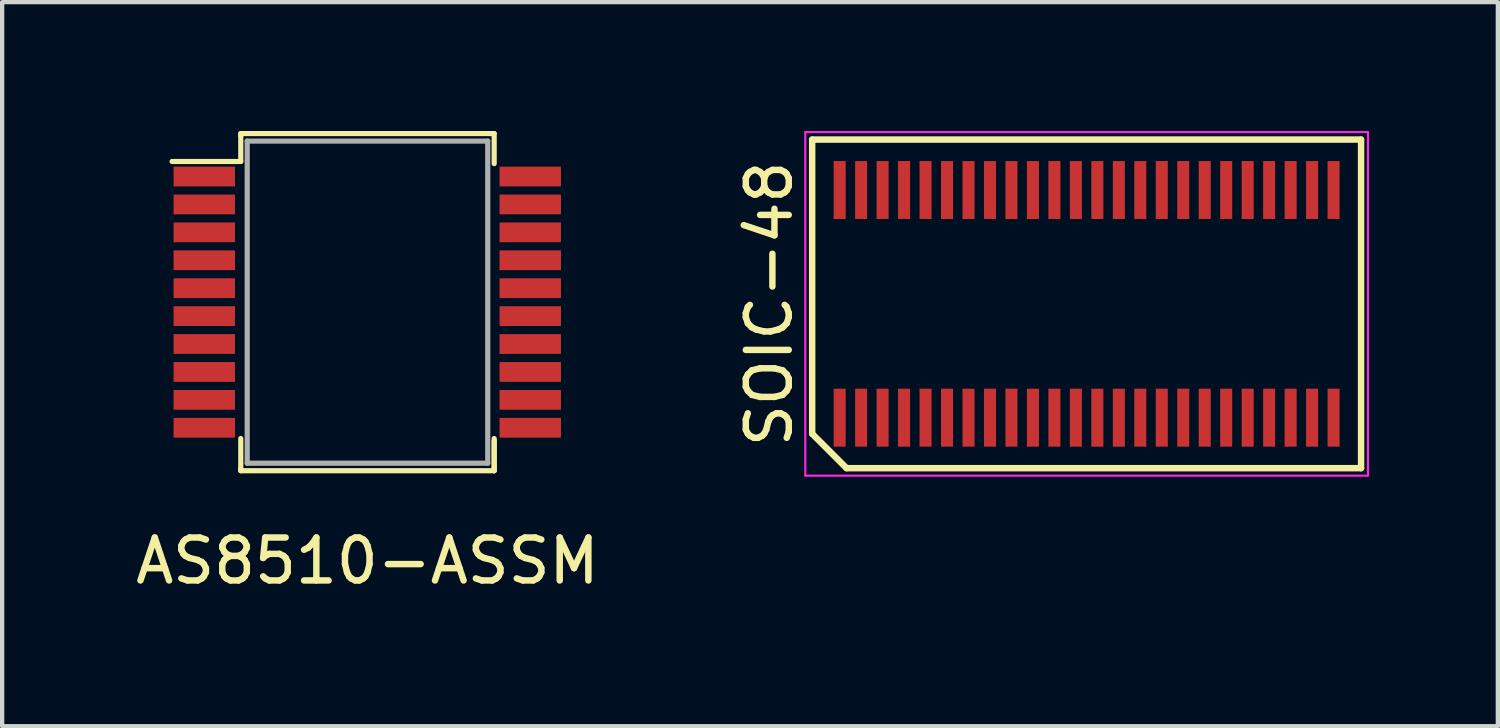
<source format=kicad_pcb>
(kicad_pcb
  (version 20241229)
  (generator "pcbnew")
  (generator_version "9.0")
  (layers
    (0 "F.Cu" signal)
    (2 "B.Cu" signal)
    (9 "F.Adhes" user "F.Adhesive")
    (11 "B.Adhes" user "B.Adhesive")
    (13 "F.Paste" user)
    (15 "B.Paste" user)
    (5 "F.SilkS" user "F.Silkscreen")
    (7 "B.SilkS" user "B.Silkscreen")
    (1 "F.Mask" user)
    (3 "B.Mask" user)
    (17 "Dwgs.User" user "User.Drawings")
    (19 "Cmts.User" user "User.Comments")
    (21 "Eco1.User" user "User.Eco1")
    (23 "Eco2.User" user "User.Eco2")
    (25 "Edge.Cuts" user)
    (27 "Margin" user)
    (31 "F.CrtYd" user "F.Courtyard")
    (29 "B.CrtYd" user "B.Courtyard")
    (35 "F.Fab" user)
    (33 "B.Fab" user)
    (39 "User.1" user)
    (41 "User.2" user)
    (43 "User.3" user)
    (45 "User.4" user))
  (footprint "SOIC-48"
    (layer "F.Cu")
    (at 22.25 4.025)
    (property "Reference" "SOIC-48" (at -7.39 0 90) (layer "F.SilkS") (effects (font (size 1 1) (thickness 0.15))))
    (attr smd)
    (fp_line (start -6.39 -3.825) (end 6.39 -3.825) (stroke (width 0.15) (type solid)) (layer "F.SilkS"))
    (fp_line (start -6.39 3.025) (end -6.39 -3.825) (stroke (width 0.15) (type solid)) (layer "F.SilkS"))
    (fp_line (start -5.59 3.825) (end -6.39 3.025) (stroke (width 0.15) (type solid)) (layer "F.SilkS"))
    (fp_line (start 6.39 -3.825) (end 6.39 3.825) (stroke (width 0.15) (type solid)) (layer "F.SilkS"))
    (fp_line (start 6.39 3.825) (end -5.59 3.825) (stroke (width 0.15) (type solid)) (layer "F.SilkS"))
    (fp_line (start -6.55 -4) (end 6.55 -4) (stroke (width 0.05) (type solid)) (layer "F.CrtYd"))
    (fp_line (start -6.55 4) (end -6.55 -4) (stroke (width 0.05) (type solid)) (layer "F.CrtYd"))
    (fp_line (start 6.55 -4) (end 6.55 4) (stroke (width 0.05) (type solid)) (layer "F.CrtYd"))
    (fp_line (start 6.55 4) (end -6.55 4) (stroke (width 0.05) (type solid)) (layer "F.CrtYd"))
    (pad "1" smd rect (at -5.75 2.65) (size 0.28 1.35) (layers "F.Cu" "F.Mask" "F.Paste"))
    (pad "2" smd rect (at -5.25 2.65) (size 0.28 1.35) (layers "F.Cu" "F.Mask" "F.Paste"))
    (pad "3" smd rect (at -4.75 2.65) (size 0.28 1.35) (layers "F.Cu" "F.Mask" "F.Paste"))
    (pad "4" smd rect (at -4.25 2.65) (size 0.28 1.35) (layers "F.Cu" "F.Mask" "F.Paste"))
    (pad "5" smd rect (at -3.75 2.65) (size 0.28 1.35) (layers "F.Cu" "F.Mask" "F.Paste"))
    (pad "6" smd rect (at -3.25 2.65) (size 0.28 1.35) (layers "F.Cu" "F.Mask" "F.Paste"))
    (pad "7" smd rect (at -2.75 2.65) (size 0.28 1.35) (layers "F.Cu" "F.Mask" "F.Paste"))
    (pad "8" smd rect (at -2.25 2.65) (size 0.28 1.35) (layers "F.Cu" "F.Mask" "F.Paste"))
    (pad "9" smd rect (at -1.75 2.65) (size 0.28 1.35) (layers "F.Cu" "F.Mask" "F.Paste"))
    (pad "10" smd rect (at -1.25 2.65) (size 0.28 1.35) (layers "F.Cu" "F.Mask" "F.Paste"))
    (pad "11" smd rect (at -0.75 2.65) (size 0.28 1.35) (layers "F.Cu" "F.Mask" "F.Paste"))
    (pad "12" smd rect (at -0.25 2.65) (size 0.28 1.35) (layers "F.Cu" "F.Mask" "F.Paste"))
    (pad "13" smd rect (at 0.25 2.65) (size 0.28 1.35) (layers "F.Cu" "F.Mask" "F.Paste"))
    (pad "14" smd rect (at 0.75 2.65) (size 0.28 1.35) (layers "F.Cu" "F.Mask" "F.Paste"))
    (pad "15" smd rect (at 1.25 2.65) (size 0.28 1.35) (layers "F.Cu" "F.Mask" "F.Paste"))
    (pad "16" smd rect (at 1.75 2.65) (size 0.28 1.35) (layers "F.Cu" "F.Mask" "F.Paste"))
    (pad "17" smd rect (at 2.25 2.65) (size 0.28 1.35) (layers "F.Cu" "F.Mask" "F.Paste"))
    (pad "18" smd rect (at 2.75 2.65) (size 0.28 1.35) (layers "F.Cu" "F.Mask" "F.Paste"))
    (pad "19" smd rect (at 3.25 2.65) (size 0.28 1.35) (layers "F.Cu" "F.Mask" "F.Paste"))
    (pad "20" smd rect (at 3.75 2.65) (size 0.28 1.35) (layers "F.Cu" "F.Mask" "F.Paste"))
    (pad "21" smd rect (at 4.25 2.65) (size 0.28 1.35) (layers "F.Cu" "F.Mask" "F.Paste"))
    (pad "22" smd rect (at 4.75 2.65) (size 0.28 1.35) (layers "F.Cu" "F.Mask" "F.Paste"))
    (pad "23" smd rect (at 5.25 2.65) (size 0.28 1.35) (layers "F.Cu" "F.Mask" "F.Paste"))
    (pad "24" smd rect (at 5.75 2.65) (size 0.28 1.35) (layers "F.Cu" "F.Mask" "F.Paste"))
    (pad "25" smd rect (at 5.75 -2.65) (size 0.28 1.35) (layers "F.Cu" "F.Mask" "F.Paste"))
    (pad "26" smd rect (at 5.25 -2.65) (size 0.28 1.35) (layers "F.Cu" "F.Mask" "F.Paste"))
    (pad "27" smd rect (at 4.75 -2.65) (size 0.28 1.35) (layers "F.Cu" "F.Mask" "F.Paste"))
    (pad "28" smd rect (at 4.25 -2.65) (size 0.28 1.35) (layers "F.Cu" "F.Mask" "F.Paste"))
    (pad "29" smd rect (at 3.75 -2.65) (size 0.28 1.35) (layers "F.Cu" "F.Mask" "F.Paste"))
    (pad "30" smd rect (at 3.25 -2.65) (size 0.28 1.35) (layers "F.Cu" "F.Mask" "F.Paste"))
    (pad "31" smd rect (at 2.75 -2.65) (size 0.28 1.35) (layers "F.Cu" "F.Mask" "F.Paste"))
    (pad "32" smd rect (at 2.25 -2.65) (size 0.28 1.35) (layers "F.Cu" "F.Mask" "F.Paste"))
    (pad "33" smd rect (at 1.75 -2.65) (size 0.28 1.35) (layers "F.Cu" "F.Mask" "F.Paste"))
    (pad "34" smd rect (at 1.25 -2.65) (size 0.28 1.35) (layers "F.Cu" "F.Mask" "F.Paste"))
    (pad "35" smd rect (at 0.75 -2.65) (size 0.28 1.35) (layers "F.Cu" "F.Mask" "F.Paste"))
    (pad "36" smd rect (at 0.25 -2.65) (size 0.28 1.35) (layers "F.Cu" "F.Mask" "F.Paste"))
    (pad "37" smd rect (at -0.25 -2.65) (size 0.28 1.35) (layers "F.Cu" "F.Mask" "F.Paste"))
    (pad "38" smd rect (at -0.75 -2.65) (size 0.28 1.35) (layers "F.Cu" "F.Mask" "F.Paste"))
    (pad "39" smd rect (at -1.25 -2.65) (size 0.28 1.35) (layers "F.Cu" "F.Mask" "F.Paste"))
    (pad "40" smd rect (at -1.75 -2.65) (size 0.28 1.35) (layers "F.Cu" "F.Mask" "F.Paste"))
    (pad "41" smd rect (at -2.25 -2.65) (size 0.28 1.35) (layers "F.Cu" "F.Mask" "F.Paste"))
    (pad "42" smd rect (at -2.75 -2.65) (size 0.28 1.35) (layers "F.Cu" "F.Mask" "F.Paste"))
    (pad "43" smd rect (at -3.25 -2.65) (size 0.28 1.35) (layers "F.Cu" "F.Mask" "F.Paste"))
    (pad "44" smd rect (at -3.75 -2.65) (size 0.28 1.35) (layers "F.Cu" "F.Mask" "F.Paste"))
    (pad "45" smd rect (at -4.25 -2.65) (size 0.28 1.35) (layers "F.Cu" "F.Mask" "F.Paste"))
    (pad "46" smd rect (at -4.75 -2.65) (size 0.28 1.35) (layers "F.Cu" "F.Mask" "F.Paste"))
    (pad "47" smd rect (at -5.25 -2.65) (size 0.28 1.35) (layers "F.Cu" "F.Mask" "F.Paste"))
    (pad "48" smd rect (at -5.75 -2.65) (size 0.28 1.35) (layers "F.Cu" "F.Mask" "F.Paste")))
  (footprint "AS8510-ASSM"
    (layer "F.Cu")
    (at 5.506 9.51)
    (property "Reference" "AS8510-ASSM" (at 0 0.5 0) (layer "F.SilkS") (effects (font (size 1 1) (thickness 0.15))))
    (attr through_hole)
    (fp_line (start -2.95 -9.45) (end 2.95 -9.45) (stroke (width 0.12) (type solid)) (layer "F.SilkS"))
    (fp_line (start -2.95 -9.4) (end -2.95 -9.45) (stroke (width 0.12) (type solid)) (layer "F.SilkS"))
    (fp_line (start -2.95 -9.4) (end -2.95 -8.8) (stroke (width 0.12) (type solid)) (layer "F.SilkS"))
    (fp_line (start -2.95 -8.8) (end -4.55 -8.8) (stroke (width 0.12) (type solid)) (layer "F.SilkS"))
    (fp_line (start -2.95 -2.35) (end -2.95 -1.65) (stroke (width 0.12) (type solid)) (layer "F.SilkS"))
    (fp_line (start -2.95 -1.65) (end -2.95 -1.6) (stroke (width 0.12) (type solid)) (layer "F.SilkS"))
    (fp_line (start -2.95 -1.6) (end 2.95 -1.6) (stroke (width 0.12) (type solid)) (layer "F.SilkS"))
    (fp_line (start 2.95 -9.45) (end 2.95 -8.75) (stroke (width 0.12) (type solid)) (layer "F.SilkS"))
    (fp_line (start 2.95 -1.6) (end 2.95 -2.35) (stroke (width 0.12) (type solid)) (layer "F.SilkS"))
    (fp_line (start 2.95 -1.6) (end 2.95 -2.3) (stroke (width 0.12) (type solid)) (layer "F.SilkS"))
    (fp_line (start -2.8 -9.275) (end -2.8 -1.775) (stroke (width 0.12) (type solid)) (layer "F.Fab"))
    (fp_line (start -2.8 -9.275) (end 2.8 -9.275) (stroke (width 0.12) (type solid)) (layer "F.Fab"))
    (fp_line (start -2.8 -1.775) (end 2.8 -1.775) (stroke (width 0.12) (type solid)) (layer "F.Fab"))
    (fp_line (start 2.8 -1.775) (end 2.8 -9.275) (stroke (width 0.12) (type solid)) (layer "F.Fab"))
    (pad "1" smd rect (at -3.8 -8.45) (size 1.43 0.46) (layers "F.Cu" "F.Mask" "F.Paste"))
    (pad "2" smd rect (at -3.8 -7.8) (size 1.43 0.46) (layers "F.Cu" "F.Mask" "F.Paste"))
    (pad "3" smd rect (at -3.8 -7.15) (size 1.43 0.46) (layers "F.Cu" "F.Mask" "F.Paste"))
    (pad "4" smd rect (at -3.8 -6.5) (size 1.43 0.46) (layers "F.Cu" "F.Mask" "F.Paste"))
    (pad "5" smd rect (at -3.8 -5.85) (size 1.43 0.46) (layers "F.Cu" "F.Mask" "F.Paste"))
    (pad "6" smd rect (at -3.8 -5.2) (size 1.43 0.46) (layers "F.Cu" "F.Mask" "F.Paste"))
    (pad "7" smd rect (at -3.8 -4.55) (size 1.43 0.46) (layers "F.Cu" "F.Mask" "F.Paste"))
    (pad "8" smd rect (at -3.8 -3.9) (size 1.43 0.46) (layers "F.Cu" "F.Mask" "F.Paste"))
    (pad "9" smd rect (at -3.8 -3.25) (size 1.43 0.46) (layers "F.Cu" "F.Mask" "F.Paste"))
    (pad "10" smd rect (at -3.8 -2.6) (size 1.43 0.46) (layers "F.Cu" "F.Mask" "F.Paste"))
    (pad "11" smd rect (at 3.79 -2.6) (size 1.43 0.46) (layers "F.Cu" "F.Mask" "F.Paste"))
    (pad "12" smd rect (at 3.79 -3.25) (size 1.43 0.46) (layers "F.Cu" "F.Mask" "F.Paste"))
    (pad "13" smd rect (at 3.79 -3.9) (size 1.43 0.46) (layers "F.Cu" "F.Mask" "F.Paste"))
    (pad "14" smd rect (at 3.79 -4.55) (size 1.43 0.46) (layers "F.Cu" "F.Mask" "F.Paste"))
    (pad "15" smd rect (at 3.79 -5.2) (size 1.43 0.46) (layers "F.Cu" "F.Mask" "F.Paste"))
    (pad "16" smd rect (at 3.79 -5.85) (size 1.43 0.46) (layers "F.Cu" "F.Mask" "F.Paste"))
    (pad "17" smd rect (at 3.79 -6.5) (size 1.43 0.46) (layers "F.Cu" "F.Mask" "F.Paste"))
    (pad "18" smd rect (at 3.79 -7.15) (size 1.43 0.46) (layers "F.Cu" "F.Mask" "F.Paste"))
    (pad "19" smd rect (at 3.79 -7.8) (size 1.43 0.46) (layers "F.Cu" "F.Mask" "F.Paste"))
    (pad "20" smd rect (at 3.79 -8.45) (size 1.43 0.46) (layers "F.Cu" "F.Mask" "F.Paste")))
  (gr_rect
    (start -3 -3)
    (end 31.825 13.858)
    (stroke (width 0.1) (type default))
    (fill no)
    (layer "Edge.Cuts")))
</source>
